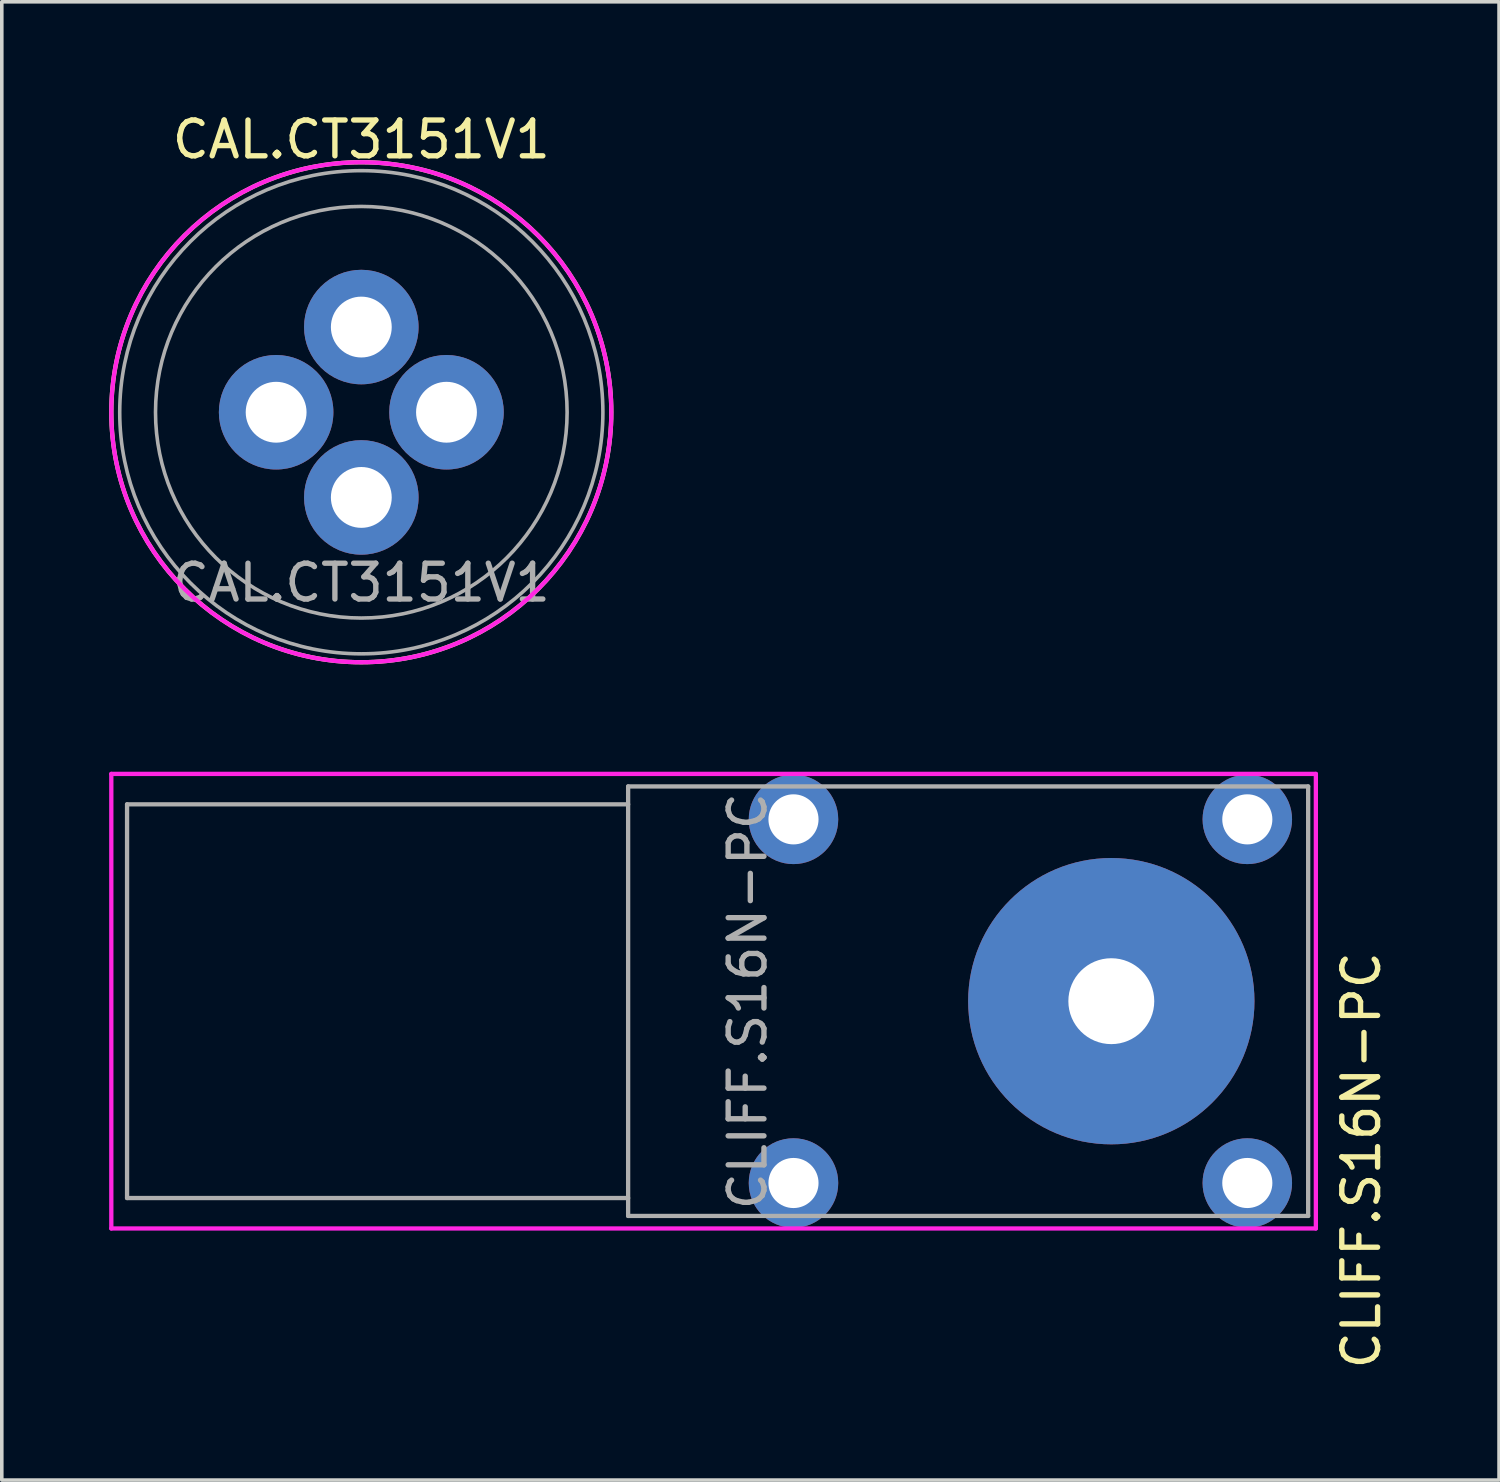
<source format=kicad_pcb>
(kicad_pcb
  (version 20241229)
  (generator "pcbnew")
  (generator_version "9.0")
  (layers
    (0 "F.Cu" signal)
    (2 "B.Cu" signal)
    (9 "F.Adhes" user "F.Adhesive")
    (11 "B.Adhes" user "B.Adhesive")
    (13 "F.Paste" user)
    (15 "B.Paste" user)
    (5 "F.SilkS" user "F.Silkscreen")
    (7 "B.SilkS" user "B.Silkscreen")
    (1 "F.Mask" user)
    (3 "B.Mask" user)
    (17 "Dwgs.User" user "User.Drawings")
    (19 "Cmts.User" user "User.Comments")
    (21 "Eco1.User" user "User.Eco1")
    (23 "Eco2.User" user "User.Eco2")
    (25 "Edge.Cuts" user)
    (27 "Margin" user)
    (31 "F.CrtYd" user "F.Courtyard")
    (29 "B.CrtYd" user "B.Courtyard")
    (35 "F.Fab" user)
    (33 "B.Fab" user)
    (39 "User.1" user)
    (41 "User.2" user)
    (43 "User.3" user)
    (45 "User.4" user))
  (footprint "CLIFF.S16N-PC"
    (layer "F.Cu")
    (at 28 24.923)
    (property "Reference" "CLIFF.S16N-PC" (at 6.985 4.445 90) (unlocked yes) (layer "F.SilkS") (effects (font (size 1 1) (thickness 0.15))))
    (fp_line (start -27.94 -6.35) (end 5.715 -6.35) (stroke (width 0.12) (type solid)) (layer "F.CrtYd"))
    (fp_line (start -27.94 6.35) (end -27.94 -6.35) (stroke (width 0.12) (type solid)) (layer "F.CrtYd"))
    (fp_line (start 5.715 -6.35) (end 5.715 6.35) (stroke (width 0.12) (type solid)) (layer "F.CrtYd"))
    (fp_line (start 5.715 6.35) (end -27.94 6.35) (stroke (width 0.12) (type solid)) (layer "F.CrtYd"))
    (fp_line (start -27.5 -5.5) (end -27.5 5.5) (stroke (width 0.12) (type solid)) (layer "F.Fab"))
    (fp_line (start -27.5 -5.5) (end -13.5 -5.5) (stroke (width 0.12) (type solid)) (layer "F.Fab"))
    (fp_line (start -27.5 5.5) (end -13.5 5.5) (stroke (width 0.12) (type solid)) (layer "F.Fab"))
    (fp_line (start -13.5 -6) (end 5.5 -6) (stroke (width 0.12) (type solid)) (layer "F.Fab"))
    (fp_line (start -13.5 6) (end -13.5 -6) (stroke (width 0.12) (type solid)) (layer "F.Fab"))
    (fp_line (start 5.5 -6) (end 5.5 6) (stroke (width 0.12) (type solid)) (layer "F.Fab"))
    (fp_line (start 5.5 6) (end -13.5 6) (stroke (width 0.12) (type solid)) (layer "F.Fab"))
    (fp_text user "${REFERENCE}" (at -10.16 0 90) (unlocked yes) (layer "F.Fab") (effects (font (size 1 1) (thickness 0.15))))
    (pad "1" thru_hole circle (at 0 0) (size 8 8) (drill 2.4) (layers "*.Cu" "*.Mask"))
    (pad "a" thru_hole circle (at 3.8 -5.08) (size 2.5 2.5) (drill 1.4) (layers "*.Cu" "*.Mask"))
    (pad "a" thru_hole circle (at 3.8 5.08) (size 2.5 2.5) (drill 1.4) (layers "*.Cu" "*.Mask"))
    (pad "b" thru_hole circle (at -8.88 -5.08) (size 2.5 2.5) (drill 1.4) (layers "*.Cu" "*.Mask"))
    (pad "b" thru_hole circle (at -8.88 5.08) (size 2.5 2.5) (drill 1.4) (layers "*.Cu" "*.Mask")))
  (footprint "CAL.CT3151V1"
    (layer "F.Cu")
    (at 7.045 8.468)
    (property "Reference" "CAL.CT3151V1" (at 0 -7.62 0) (unlocked yes) (layer "F.SilkS") (effects (font (size 1 1) (thickness 0.15))))
    (fp_circle (center 0 0) (end 0 -6.985) (stroke (width 0.12) (type solid)) (fill no) (layer "F.SilkS"))
    (fp_circle (center 0 0) (end 0 -6.985) (stroke (width 0.12) (type solid)) (fill no) (layer "F.CrtYd"))
    (fp_circle (center 0 0) (end 5.75 0) (stroke (width 0.1) (type solid)) (fill no) (layer "F.Fab"))
    (fp_circle (center 0 0) (end 6.75 0) (stroke (width 0.1) (type solid)) (fill no) (layer "F.Fab"))
    (fp_text user "${REFERENCE}" (at 0 4.763 0) (unlocked yes) (layer "F.Fab") (effects (font (size 1 1) (thickness 0.15))))
    (pad "1" thru_hole circle (at -2.38 0) (size 3.2 3.2) (drill 1.7) (layers "*.Cu" "*.Mask"))
    (pad "1" thru_hole circle (at 0 -2.38) (size 3.2 3.2) (drill 1.7) (layers "*.Cu" "*.Mask"))
    (pad "1" thru_hole circle (at 0 2.38) (size 3.2 3.2) (drill 1.7) (layers "*.Cu" "*.Mask"))
    (pad "1" thru_hole circle (at 2.38 0) (size 3.2 3.2) (drill 1.7) (layers "*.Cu" "*.Mask")))
  (gr_rect
    (start -3 -3)
    (end 38.833 38.303)
    (stroke (width 0.1) (type default))
    (fill no)
    (layer "Edge.Cuts")))
</source>
